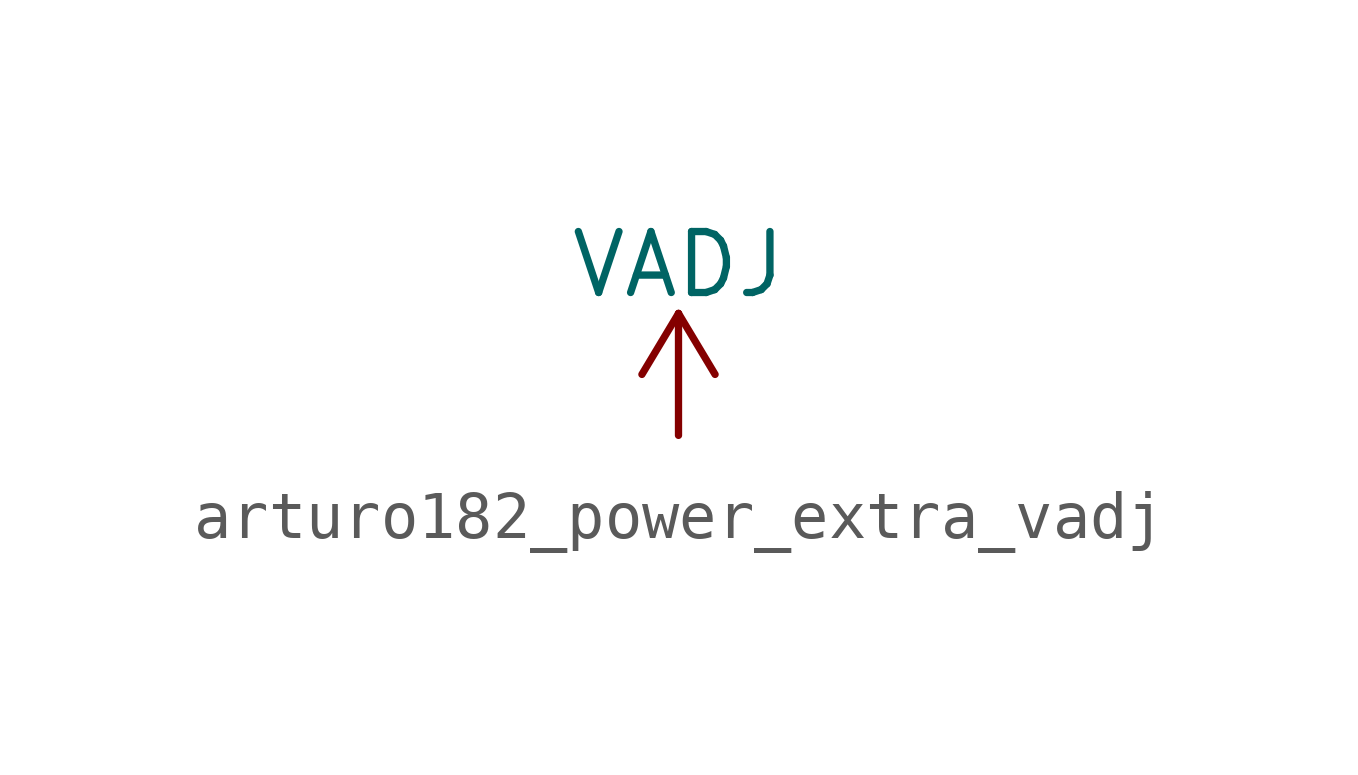
<source format=kicad_sym>
(kicad_symbol_lib
  (version 20220914)
  (generator kicad_symbol_editor)
  (symbol "power_extra:arturo182_power_extra_vadj"
    (power)
    (pin_names
      (offset 0))
    (property "Reference" "#PWR"
      (at 0 -3.81 0)
      (effects (font (size 1.27 1.27)) hide))
    (property "Value" "VADJ"
      (at 0 3.556 0)
      (effects (font (size 1.27 1.27))))
    (symbol "arturo182_power_extra_vadj_0_1"
      (polyline (pts (xy -0.762 1.27) (xy 0 2.54)) (stroke (width 0)) (fill (type none)))
      (polyline (pts (xy 0 0) (xy 0 2.54)) (stroke (width 0)) (fill (type none)))
      (polyline (pts (xy 0 2.54) (xy 0.762 1.27)) (stroke (width 0)) (fill (type none))))
    (symbol "arturo182_power_extra_vadj_1_1"
      (pin power_in line (at 0 0 90) (length 0) hide (name "VADJ" (effects (font (size 1.27 1.27)))) (number "1" (effects (font (size 1.27 1.27))))))))
</source>
